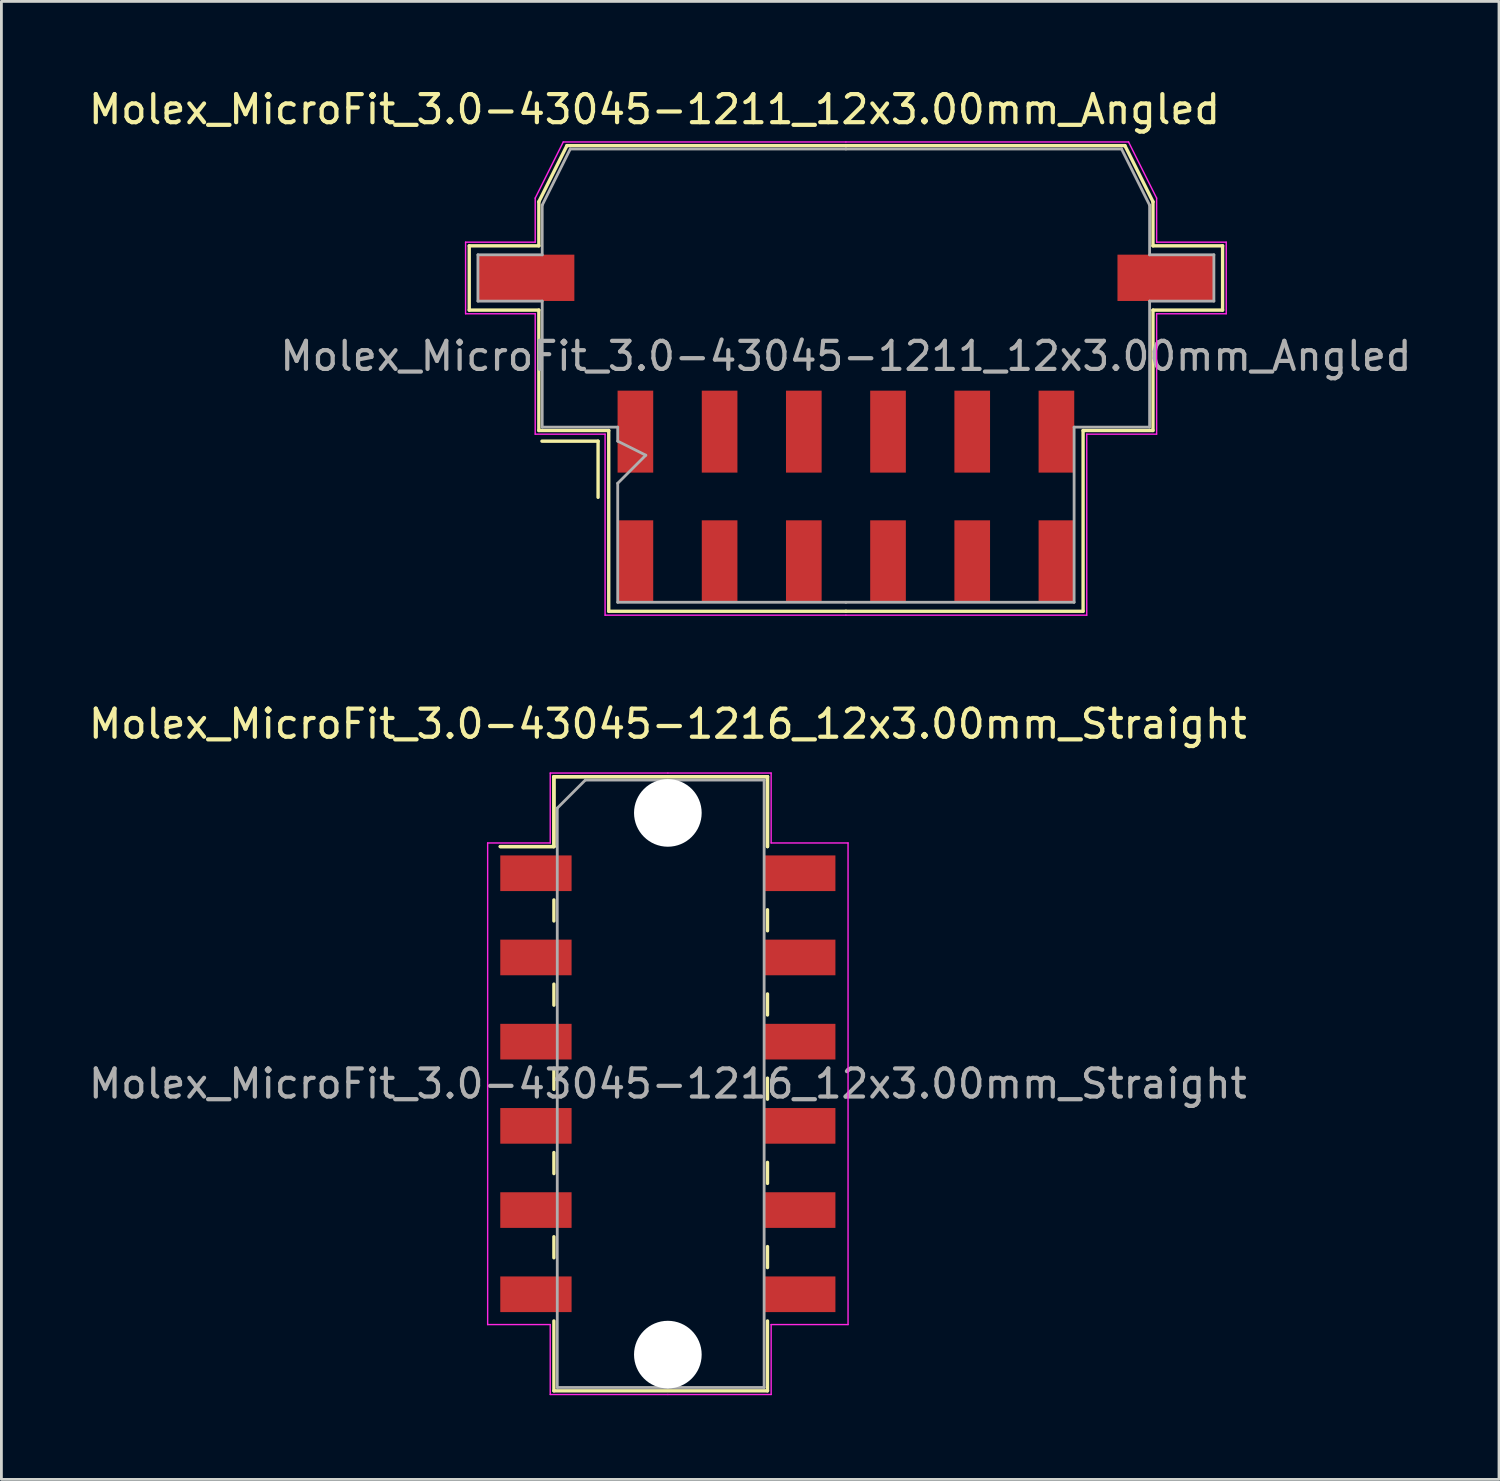
<source format=kicad_pcb>
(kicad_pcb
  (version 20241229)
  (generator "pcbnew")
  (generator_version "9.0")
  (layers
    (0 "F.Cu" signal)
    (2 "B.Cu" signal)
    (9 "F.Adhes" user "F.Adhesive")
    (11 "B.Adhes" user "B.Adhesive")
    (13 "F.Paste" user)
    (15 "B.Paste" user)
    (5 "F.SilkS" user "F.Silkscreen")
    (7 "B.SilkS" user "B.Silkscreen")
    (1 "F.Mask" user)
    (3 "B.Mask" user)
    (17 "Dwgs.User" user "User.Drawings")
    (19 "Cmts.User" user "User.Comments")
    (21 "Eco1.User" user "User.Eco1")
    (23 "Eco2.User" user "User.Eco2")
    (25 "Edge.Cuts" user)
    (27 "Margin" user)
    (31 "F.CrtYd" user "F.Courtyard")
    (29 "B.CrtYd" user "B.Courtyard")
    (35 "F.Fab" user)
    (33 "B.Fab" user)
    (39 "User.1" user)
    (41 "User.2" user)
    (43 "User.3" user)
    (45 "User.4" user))
  (footprint "Molex_MicroFit_3.0-43045-1216_12x3.00mm_Straight"
    (layer "F.Cu")
    (at 20.744 35.562)
    (property "Reference" "Molex_MicroFit_3.0-43045-1216_12x3.00mm_Straight" (at 0 -12.82 0) (layer "F.SilkS") (effects (font (size 1 1) (thickness 0.15))))
    (attr smd)
    (fp_line (start -5.97 -8.45) (end -4.06 -8.45) (stroke (width 0.12) (type solid)) (layer "F.SilkS"))
    (fp_line (start -5.97 -8.45) (end -4.06 -8.45) (stroke (width 0.12) (type solid)) (layer "F.SilkS"))
    (fp_line (start -4.06 -10.94) (end 3.55 -10.94) (stroke (width 0.12) (type solid)) (layer "F.SilkS"))
    (fp_line (start -4.06 -10.94) (end 3.55 -10.94) (stroke (width 0.12) (type solid)) (layer "F.SilkS"))
    (fp_line (start -4.06 -8.45) (end -4.06 -10.94) (stroke (width 0.12) (type solid)) (layer "F.SilkS"))
    (fp_line (start -4.06 -8.45) (end -4.06 -10.94) (stroke (width 0.12) (type solid)) (layer "F.SilkS"))
    (fp_line (start -4.06 -6.55) (end -4.06 -5.8) (stroke (width 0.12) (type solid)) (layer "F.SilkS"))
    (fp_line (start -4.06 -3.55) (end -4.06 -2.8) (stroke (width 0.12) (type solid)) (layer "F.SilkS"))
    (fp_line (start -4.06 -0.55) (end -4.06 0.2) (stroke (width 0.12) (type solid)) (layer "F.SilkS"))
    (fp_line (start -4.06 2.45) (end -4.06 3.2) (stroke (width 0.12) (type solid)) (layer "F.SilkS"))
    (fp_line (start -4.06 5.45) (end -4.06 6.2) (stroke (width 0.12) (type solid)) (layer "F.SilkS"))
    (fp_line (start -4.06 10.94) (end -4.06 8.45) (stroke (width 0.12) (type solid)) (layer "F.SilkS"))
    (fp_line (start 3.55 -10.94) (end 3.55 -8.45) (stroke (width 0.12) (type solid)) (layer "F.SilkS"))
    (fp_line (start 3.55 -10.94) (end 3.55 -8.45) (stroke (width 0.12) (type solid)) (layer "F.SilkS"))
    (fp_line (start 3.55 -5.45) (end 3.55 -6.2) (stroke (width 0.12) (type solid)) (layer "F.SilkS"))
    (fp_line (start 3.55 -2.45) (end 3.55 -3.2) (stroke (width 0.12) (type solid)) (layer "F.SilkS"))
    (fp_line (start 3.55 0.55) (end 3.55 -0.2) (stroke (width 0.12) (type solid)) (layer "F.SilkS"))
    (fp_line (start 3.55 3.55) (end 3.55 2.8) (stroke (width 0.12) (type solid)) (layer "F.SilkS"))
    (fp_line (start 3.55 6.55) (end 3.55 5.8) (stroke (width 0.12) (type solid)) (layer "F.SilkS"))
    (fp_line (start 3.55 8.45) (end 3.55 10.94) (stroke (width 0.12) (type solid)) (layer "F.SilkS"))
    (fp_line (start 3.55 10.94) (end -4.06 10.94) (stroke (width 0.12) (type solid)) (layer "F.SilkS"))
    (fp_line (start -6.42 -8.58) (end -4.19 -8.58) (stroke (width 0.05) (type solid)) (layer "F.CrtYd"))
    (fp_line (start -6.42 8.58) (end -6.42 -8.58) (stroke (width 0.05) (type solid)) (layer "F.CrtYd"))
    (fp_line (start -4.19 -11.07) (end 0 -11.07) (stroke (width 0.05) (type solid)) (layer "F.CrtYd"))
    (fp_line (start -4.19 -8.58) (end -4.19 -11.07) (stroke (width 0.05) (type solid)) (layer "F.CrtYd"))
    (fp_line (start -4.19 8.58) (end -6.42 8.58) (stroke (width 0.05) (type solid)) (layer "F.CrtYd"))
    (fp_line (start -4.19 11.07) (end -4.19 8.58) (stroke (width 0.05) (type solid)) (layer "F.CrtYd"))
    (fp_line (start 0 -11.07) (end 3.68 -11.07) (stroke (width 0.05) (type solid)) (layer "F.CrtYd"))
    (fp_line (start 0 11.07) (end -4.19 11.07) (stroke (width 0.05) (type solid)) (layer "F.CrtYd"))
    (fp_line (start 3.68 -11.07) (end 3.68 -8.58) (stroke (width 0.05) (type solid)) (layer "F.CrtYd"))
    (fp_line (start 3.68 -8.58) (end 6.42 -8.58) (stroke (width 0.05) (type solid)) (layer "F.CrtYd"))
    (fp_line (start 3.68 8.58) (end 3.68 11.07) (stroke (width 0.05) (type solid)) (layer "F.CrtYd"))
    (fp_line (start 3.68 11.07) (end 0 11.07) (stroke (width 0.05) (type solid)) (layer "F.CrtYd"))
    (fp_line (start 6.42 -8.58) (end 6.42 8.58) (stroke (width 0.05) (type solid)) (layer "F.CrtYd"))
    (fp_line (start 6.42 8.58) (end 3.68 8.58) (stroke (width 0.05) (type solid)) (layer "F.CrtYd"))
    (fp_line (start -3.94 -9.82) (end -2.94 -10.82) (stroke (width 0.1) (type solid)) (layer "F.Fab"))
    (fp_line (start -3.94 10.82) (end -3.94 -9.82) (stroke (width 0.1) (type solid)) (layer "F.Fab"))
    (fp_line (start -2.94 -10.82) (end 0 -10.82) (stroke (width 0.1) (type solid)) (layer "F.Fab"))
    (fp_line (start 0 -10.82) (end 3.43 -10.82) (stroke (width 0.1) (type solid)) (layer "F.Fab"))
    (fp_line (start 0 10.82) (end -3.94 10.82) (stroke (width 0.1) (type solid)) (layer "F.Fab"))
    (fp_line (start 3.43 -10.82) (end 3.43 10.82) (stroke (width 0.1) (type solid)) (layer "F.Fab"))
    (fp_line (start 3.43 10.82) (end 0 10.82) (stroke (width 0.1) (type solid)) (layer "F.Fab"))
    (fp_text user "${REFERENCE}" (at 0 0 0) (layer "F.Fab") (effects (font (size 1 1) (thickness 0.15))))
    (pad "" np_thru_hole circle (at 0 -9.65) (size 2.41 2.41) (drill 2.41) (layers "*.Cu"))
    (pad "" np_thru_hole circle (at 0 9.65) (size 2.41 2.41) (drill 2.41) (layers "*.Cu"))
    (pad "1" smd rect (at -4.7 -7.5) (size 2.54 1.27) (layers "F.Cu" "F.Mask" "F.Paste"))
    (pad "2" smd rect (at -4.7 -4.5) (size 2.54 1.27) (layers "F.Cu" "F.Mask" "F.Paste"))
    (pad "3" smd rect (at -4.7 -1.5) (size 2.54 1.27) (layers "F.Cu" "F.Mask" "F.Paste"))
    (pad "4" smd rect (at -4.7 1.5) (size 2.54 1.27) (layers "F.Cu" "F.Mask" "F.Paste"))
    (pad "5" smd rect (at -4.7 4.5) (size 2.54 1.27) (layers "F.Cu" "F.Mask" "F.Paste"))
    (pad "6" smd rect (at -4.7 7.5) (size 2.54 1.27) (layers "F.Cu" "F.Mask" "F.Paste"))
    (pad "7" smd rect (at 4.7 7.5) (size 2.54 1.27) (layers "F.Cu" "F.Mask" "F.Paste"))
    (pad "8" smd rect (at 4.7 4.5) (size 2.54 1.27) (layers "F.Cu" "F.Mask" "F.Paste"))
    (pad "9" smd rect (at 4.7 1.5) (size 2.54 1.27) (layers "F.Cu" "F.Mask" "F.Paste"))
    (pad "10" smd rect (at 4.7 -1.5) (size 2.54 1.27) (layers "F.Cu" "F.Mask" "F.Paste"))
    (pad "11" smd rect (at 4.7 -4.5) (size 2.54 1.27) (layers "F.Cu" "F.Mask" "F.Paste"))
    (pad "12" smd rect (at 4.7 -7.5) (size 2.54 1.27) (layers "F.Cu" "F.Mask" "F.Paste")))
  (footprint "Molex_MicroFit_3.0-43045-1211_12x3.00mm_Angled"
    (layer "F.Cu")
    (at 27.088 14.638)
    (property "Reference" "Molex_MicroFit_3.0-43045-1211_12x3.00mm_Angled" (at -6.82 -13.79 0) (layer "F.SilkS") (effects (font (size 1 1) (thickness 0.15))))
    (attr smd)
    (fp_line (start -13.42 -8.93) (end -13.42 -6.64) (stroke (width 0.12) (type solid)) (layer "F.SilkS"))
    (fp_line (start -13.42 -6.64) (end -10.94 -6.64) (stroke (width 0.12) (type solid)) (layer "F.SilkS"))
    (fp_line (start -10.94 -10.5) (end -10.94 -8.93) (stroke (width 0.12) (type solid)) (layer "F.SilkS"))
    (fp_line (start -10.94 -8.93) (end -13.42 -8.93) (stroke (width 0.12) (type solid)) (layer "F.SilkS"))
    (fp_line (start -10.94 -6.64) (end -10.94 -2.35) (stroke (width 0.12) (type solid)) (layer "F.SilkS"))
    (fp_line (start -10.94 -2.35) (end -8.45 -2.35) (stroke (width 0.12) (type solid)) (layer "F.SilkS"))
    (fp_line (start -10.83 -1.97) (end -8.83 -1.97) (stroke (width 0.12) (type solid)) (layer "F.SilkS"))
    (fp_line (start -9.94 -12.5) (end -10.94 -10.5) (stroke (width 0.12) (type solid)) (layer "F.SilkS"))
    (fp_line (start -8.83 -1.97) (end -8.83 0.03) (stroke (width 0.12) (type solid)) (layer "F.SilkS"))
    (fp_line (start -8.45 -2.35) (end -8.45 4.09) (stroke (width 0.12) (type solid)) (layer "F.SilkS"))
    (fp_line (start -8.45 4.09) (end 0 4.09) (stroke (width 0.12) (type solid)) (layer "F.SilkS"))
    (fp_line (start 0 -12.5) (end -9.94 -12.5) (stroke (width 0.12) (type solid)) (layer "F.SilkS"))
    (fp_line (start 0 -12.5) (end 9.94 -12.5) (stroke (width 0.12) (type solid)) (layer "F.SilkS"))
    (fp_line (start 8.45 -2.35) (end 8.45 4.09) (stroke (width 0.12) (type solid)) (layer "F.SilkS"))
    (fp_line (start 8.45 4.09) (end 0 4.09) (stroke (width 0.12) (type solid)) (layer "F.SilkS"))
    (fp_line (start 9.94 -12.5) (end 10.94 -10.5) (stroke (width 0.12) (type solid)) (layer "F.SilkS"))
    (fp_line (start 10.94 -10.5) (end 10.94 -8.93) (stroke (width 0.12) (type solid)) (layer "F.SilkS"))
    (fp_line (start 10.94 -8.93) (end 13.42 -8.93) (stroke (width 0.12) (type solid)) (layer "F.SilkS"))
    (fp_line (start 10.94 -6.64) (end 10.94 -2.35) (stroke (width 0.12) (type solid)) (layer "F.SilkS"))
    (fp_line (start 10.94 -2.35) (end 8.45 -2.35) (stroke (width 0.12) (type solid)) (layer "F.SilkS"))
    (fp_line (start 13.42 -8.93) (end 13.42 -6.64) (stroke (width 0.12) (type solid)) (layer "F.SilkS"))
    (fp_line (start 13.42 -6.64) (end 10.94 -6.64) (stroke (width 0.12) (type solid)) (layer "F.SilkS"))
    (fp_line (start -13.55 -9.06) (end -13.55 -6.51) (stroke (width 0.05) (type solid)) (layer "F.CrtYd"))
    (fp_line (start -13.55 -6.51) (end -11.07 -6.51) (stroke (width 0.05) (type solid)) (layer "F.CrtYd"))
    (fp_line (start -11.07 -10.63) (end -11.07 -9.06) (stroke (width 0.05) (type solid)) (layer "F.CrtYd"))
    (fp_line (start -11.07 -9.06) (end -13.55 -9.06) (stroke (width 0.05) (type solid)) (layer "F.CrtYd"))
    (fp_line (start -11.07 -6.51) (end -11.07 -2.22) (stroke (width 0.05) (type solid)) (layer "F.CrtYd"))
    (fp_line (start -11.07 -2.22) (end -8.58 -2.22) (stroke (width 0.05) (type solid)) (layer "F.CrtYd"))
    (fp_line (start -10.07 -12.63) (end -11.07 -10.63) (stroke (width 0.05) (type solid)) (layer "F.CrtYd"))
    (fp_line (start -8.58 -2.22) (end -8.58 4.23) (stroke (width 0.05) (type solid)) (layer "F.CrtYd"))
    (fp_line (start -8.58 4.23) (end 0 4.23) (stroke (width 0.05) (type solid)) (layer "F.CrtYd"))
    (fp_line (start 0 -12.63) (end -10.07 -12.63) (stroke (width 0.05) (type solid)) (layer "F.CrtYd"))
    (fp_line (start 0 -12.63) (end 10.07 -12.63) (stroke (width 0.05) (type solid)) (layer "F.CrtYd"))
    (fp_line (start 8.58 -2.22) (end 8.58 4.23) (stroke (width 0.05) (type solid)) (layer "F.CrtYd"))
    (fp_line (start 8.58 4.23) (end 0 4.23) (stroke (width 0.05) (type solid)) (layer "F.CrtYd"))
    (fp_line (start 10.07 -12.63) (end 11.07 -10.63) (stroke (width 0.05) (type solid)) (layer "F.CrtYd"))
    (fp_line (start 11.07 -10.63) (end 11.07 -9.06) (stroke (width 0.05) (type solid)) (layer "F.CrtYd"))
    (fp_line (start 11.07 -9.06) (end 13.55 -9.06) (stroke (width 0.05) (type solid)) (layer "F.CrtYd"))
    (fp_line (start 11.07 -6.51) (end 11.07 -2.22) (stroke (width 0.05) (type solid)) (layer "F.CrtYd"))
    (fp_line (start 11.07 -2.22) (end 8.58 -2.22) (stroke (width 0.05) (type solid)) (layer "F.CrtYd"))
    (fp_line (start 13.55 -9.06) (end 13.55 -6.51) (stroke (width 0.05) (type solid)) (layer "F.CrtYd"))
    (fp_line (start 13.55 -6.51) (end 11.07 -6.51) (stroke (width 0.05) (type solid)) (layer "F.CrtYd"))
    (fp_line (start -13.11 -8.61) (end -13.11 -6.96) (stroke (width 0.1) (type solid)) (layer "F.Fab"))
    (fp_line (start -13.11 -6.96) (end -10.82 -6.96) (stroke (width 0.1) (type solid)) (layer "F.Fab"))
    (fp_line (start -10.82 -10.38) (end -10.82 -8.61) (stroke (width 0.1) (type solid)) (layer "F.Fab"))
    (fp_line (start -10.82 -8.61) (end -13.11 -8.61) (stroke (width 0.1) (type solid)) (layer "F.Fab"))
    (fp_line (start -10.82 -6.96) (end -10.82 -2.47) (stroke (width 0.1) (type solid)) (layer "F.Fab"))
    (fp_line (start -10.82 -2.47) (end -8.13 -2.47) (stroke (width 0.1) (type solid)) (layer "F.Fab"))
    (fp_line (start -9.82 -12.38) (end -10.82 -10.38) (stroke (width 0.1) (type solid)) (layer "F.Fab"))
    (fp_line (start -8.13 -2.47) (end -8.13 -1.97) (stroke (width 0.1) (type solid)) (layer "F.Fab"))
    (fp_line (start -8.13 -1.97) (end -7.13 -1.47) (stroke (width 0.1) (type solid)) (layer "F.Fab"))
    (fp_line (start -8.13 -0.47) (end -8.13 3.77) (stroke (width 0.1) (type solid)) (layer "F.Fab"))
    (fp_line (start -8.13 3.77) (end 0 3.77) (stroke (width 0.1) (type solid)) (layer "F.Fab"))
    (fp_line (start -7.13 -1.47) (end -8.13 -0.47) (stroke (width 0.1) (type solid)) (layer "F.Fab"))
    (fp_line (start 0 -12.38) (end -9.82 -12.38) (stroke (width 0.1) (type solid)) (layer "F.Fab"))
    (fp_line (start 0 -12.38) (end 9.82 -12.38) (stroke (width 0.1) (type solid)) (layer "F.Fab"))
    (fp_line (start 8.13 -2.47) (end 8.13 3.77) (stroke (width 0.1) (type solid)) (layer "F.Fab"))
    (fp_line (start 8.13 3.77) (end 0 3.77) (stroke (width 0.1) (type solid)) (layer "F.Fab"))
    (fp_line (start 9.82 -12.38) (end 10.82 -10.38) (stroke (width 0.1) (type solid)) (layer "F.Fab"))
    (fp_line (start 10.82 -10.38) (end 10.82 -8.61) (stroke (width 0.1) (type solid)) (layer "F.Fab"))
    (fp_line (start 10.82 -8.61) (end 13.11 -8.61) (stroke (width 0.1) (type solid)) (layer "F.Fab"))
    (fp_line (start 10.82 -6.96) (end 10.82 -2.47) (stroke (width 0.1) (type solid)) (layer "F.Fab"))
    (fp_line (start 10.82 -2.47) (end 8.13 -2.47) (stroke (width 0.1) (type solid)) (layer "F.Fab"))
    (fp_line (start 13.11 -8.61) (end 13.11 -6.96) (stroke (width 0.1) (type solid)) (layer "F.Fab"))
    (fp_line (start 13.11 -6.96) (end 10.82 -6.96) (stroke (width 0.1) (type solid)) (layer "F.Fab"))
    (fp_text user "${REFERENCE}" (at 0 -5 0) (layer "F.Fab") (effects (font (size 1 1) (thickness 0.15))))
    (pad "" smd rect (at -11.39 -7.79) (size 3.43 1.65) (layers "F.Cu" "F.Mask" "F.Paste"))
    (pad "" smd rect (at 11.39 -7.79) (size 3.43 1.65) (layers "F.Cu" "F.Mask" "F.Paste"))
    (pad "1" smd rect (at -7.5 -2.31) (size 1.27 2.92) (layers "F.Cu" "F.Mask" "F.Paste"))
    (pad "2" smd rect (at -4.5 -2.31) (size 1.27 2.92) (layers "F.Cu" "F.Mask" "F.Paste"))
    (pad "3" smd rect (at -1.5 -2.31) (size 1.27 2.92) (layers "F.Cu" "F.Mask" "F.Paste"))
    (pad "4" smd rect (at 1.5 -2.31) (size 1.27 2.92) (layers "F.Cu" "F.Mask" "F.Paste"))
    (pad "5" smd rect (at 4.5 -2.31) (size 1.27 2.92) (layers "F.Cu" "F.Mask" "F.Paste"))
    (pad "6" smd rect (at 7.5 -2.31) (size 1.27 2.92) (layers "F.Cu" "F.Mask" "F.Paste"))
    (pad "7" smd rect (at 7.5 2.31) (size 1.27 2.92) (layers "F.Cu" "F.Mask" "F.Paste"))
    (pad "8" smd rect (at 4.5 2.31) (size 1.27 2.92) (layers "F.Cu" "F.Mask" "F.Paste"))
    (pad "9" smd rect (at 1.5 2.31) (size 1.27 2.92) (layers "F.Cu" "F.Mask" "F.Paste"))
    (pad "10" smd rect (at -1.5 2.31) (size 1.27 2.92) (layers "F.Cu" "F.Mask" "F.Paste"))
    (pad "11" smd rect (at -4.5 2.31) (size 1.27 2.92) (layers "F.Cu" "F.Mask" "F.Paste"))
    (pad "12" smd rect (at -7.5 2.31) (size 1.27 2.92) (layers "F.Cu" "F.Mask" "F.Paste")))
  (gr_rect
    (start -3 -3)
    (end 50.356 49.657)
    (stroke (width 0.1) (type default))
    (fill no)
    (layer "Edge.Cuts")))
</source>
